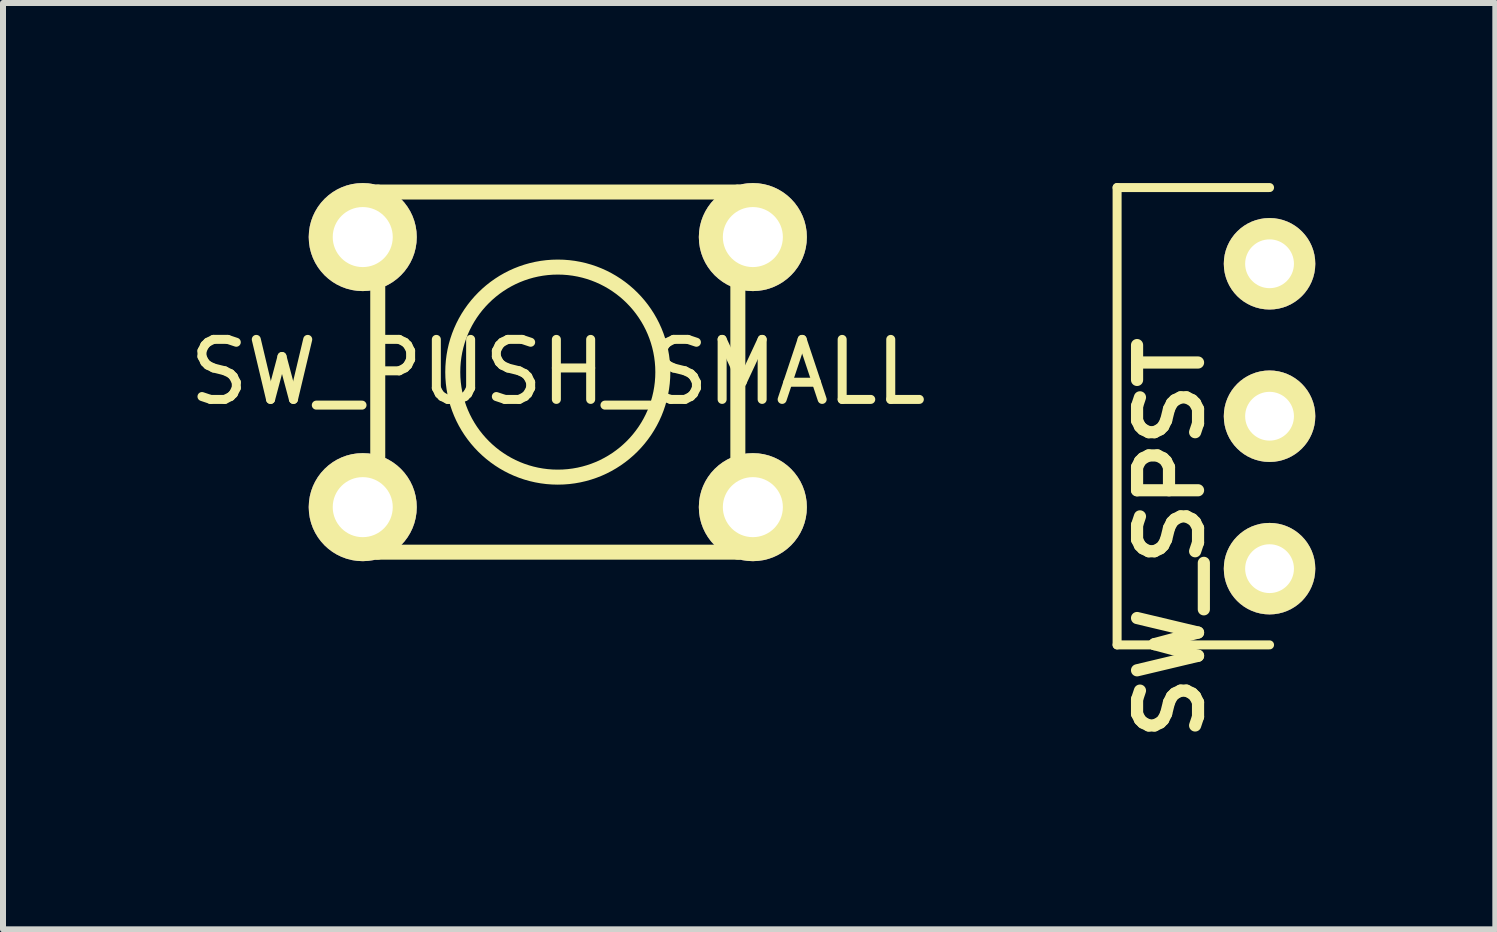
<source format=kicad_pcb>
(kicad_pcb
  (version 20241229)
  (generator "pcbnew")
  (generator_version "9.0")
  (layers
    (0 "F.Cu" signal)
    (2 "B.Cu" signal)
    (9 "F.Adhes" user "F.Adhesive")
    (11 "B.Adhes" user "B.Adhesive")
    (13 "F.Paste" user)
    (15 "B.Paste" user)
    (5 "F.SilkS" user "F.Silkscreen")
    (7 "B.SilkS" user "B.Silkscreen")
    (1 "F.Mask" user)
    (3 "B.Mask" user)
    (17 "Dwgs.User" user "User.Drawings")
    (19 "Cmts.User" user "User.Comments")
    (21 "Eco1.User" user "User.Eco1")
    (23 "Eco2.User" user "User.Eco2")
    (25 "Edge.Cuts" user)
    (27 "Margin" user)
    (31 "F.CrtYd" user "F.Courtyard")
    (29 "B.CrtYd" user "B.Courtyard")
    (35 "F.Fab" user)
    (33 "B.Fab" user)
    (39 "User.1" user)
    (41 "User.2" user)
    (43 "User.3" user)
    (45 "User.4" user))
  (footprint "SW_SPST"
    (layer "F.Cu")
    (at 18.103 3.885)
    (property "Reference" "SW_SPST" (at -1.651 2.032 90) (layer "F.SilkS") (effects (font (size 1.016 1.016) (thickness 0.203))))
    (attr through_hole)
    (fp_line (start -2.54 -3.81) (end 0 -3.81) (stroke (width 0.15) (type solid)) (layer "F.SilkS"))
    (fp_line (start -2.54 3.81) (end -2.54 -3.81) (stroke (width 0.15) (type solid)) (layer "F.SilkS"))
    (fp_line (start 0 3.81) (end -2.54 3.81) (stroke (width 0.15) (type solid)) (layer "F.SilkS"))
    (pad "1" thru_hole circle (at 0 -2.54) (size 1.524 1.524) (drill 0.813) (layers "*.Cu" "*.Mask" "F.SilkS"))
    (pad "2" thru_hole circle (at 0 0) (size 1.524 1.524) (drill 0.813) (layers "*.Cu" "*.Mask" "F.SilkS"))
    (pad "3" thru_hole circle (at 0 2.54) (size 1.524 1.524) (drill 0.813) (layers "*.Cu" "*.Mask" "F.SilkS")))
  (footprint "SW_PUSH_SMALL"
    (layer "F.Cu")
    (at 6.244 3.15)
    (property "Reference" "SW_PUSH_SMALL" (at 0 0 0) (layer "F.SilkS") (effects (font (size 1 1) (thickness 0.15))))
    (attr through_hole)
    (fp_line (start -3 -3) (end 3 -3) (stroke (width 0.25) (type solid)) (layer "F.SilkS"))
    (fp_line (start -3 3) (end -3 -3) (stroke (width 0.25) (type solid)) (layer "F.SilkS"))
    (fp_line (start 3 -3) (end 3 3) (stroke (width 0.25) (type solid)) (layer "F.SilkS"))
    (fp_line (start 3 3) (end -3 3) (stroke (width 0.25) (type solid)) (layer "F.SilkS"))
    (fp_circle (center 0 0) (end -1.75 0) (stroke (width 0.25) (type solid)) (fill no) (layer "F.SilkS"))
    (pad "1" thru_hole circle (at -3.25 -2.25) (size 1.8 1.8) (drill 1) (layers "*.Cu" "*.Mask" "F.SilkS"))
    (pad "1" thru_hole circle (at 3.25 -2.25) (size 1.8 1.8) (drill 1) (layers "*.Cu" "*.Mask" "F.SilkS"))
    (pad "2" thru_hole circle (at -3.25 2.25) (size 1.8 1.8) (drill 1) (layers "*.Cu" "*.Mask" "F.SilkS"))
    (pad "2" thru_hole circle (at 3.25 2.25) (size 1.8 1.8) (drill 1) (layers "*.Cu" "*.Mask" "F.SilkS")))
  (gr_rect
    (start -3 -3)
    (end 21.865 12.434)
    (stroke (width 0.1) (type default))
    (fill no)
    (layer "Edge.Cuts")))
</source>
